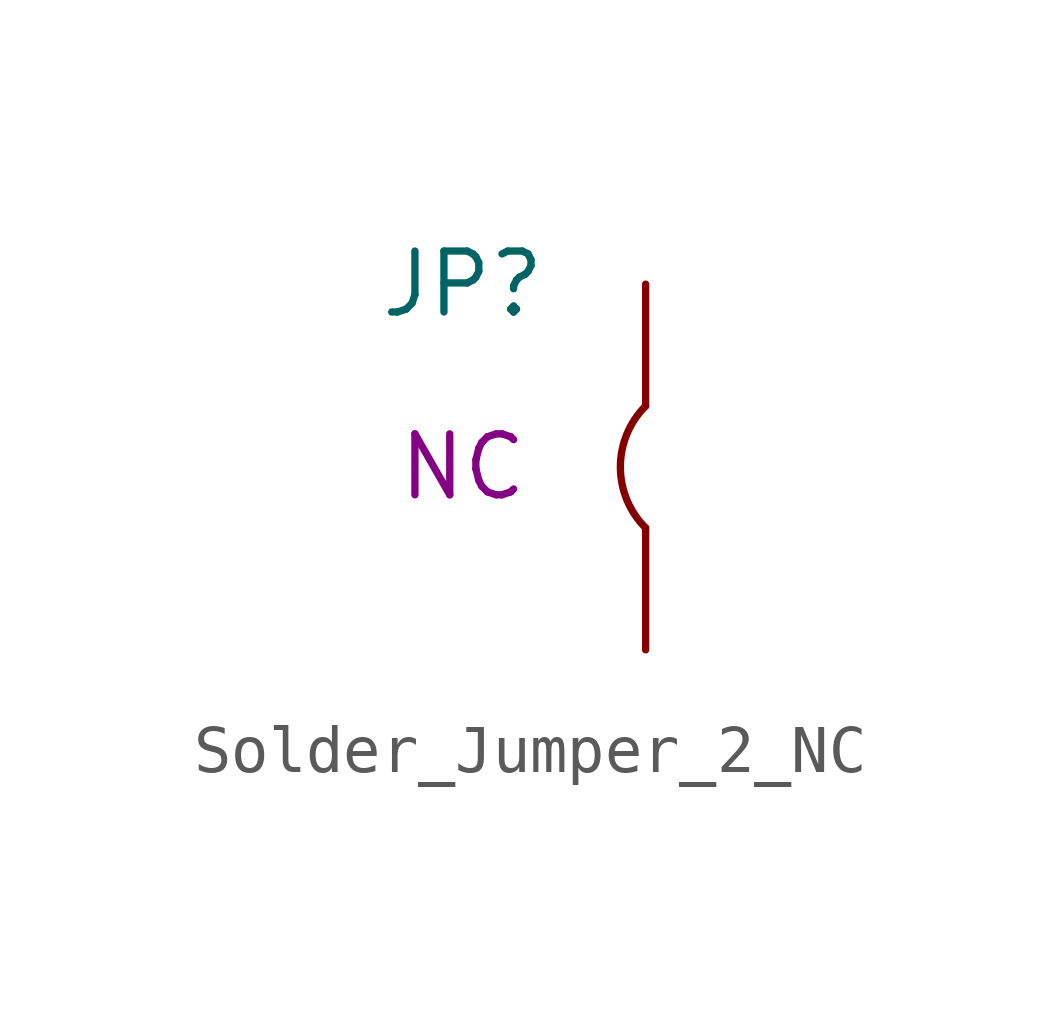
<source format=kicad_sym>
(kicad_symbol_lib
  (version 20231120)
  (generator "kicad_symbol_editor")
  (generator_version "8.0")
  (symbol "Solder_Jumper_2_NC"
    (pin_numbers hide)
    (property "Reference" "JP"
      (at -3.81 3.81 0)
      (effects (font (size 1.27 1.27))))
    (property "Display Value" "NC"
      (at -3.81 0 0)
      (effects (font (size 1.27 1.27))))
    (symbol "Solder_Jumper_2_NC_1_1"
      (arc (start 0 1.27) (mid -0.526 0) (end 0 -1.27) (stroke (width 0) (type default)) (fill (type none)))
      (pin unspecified line (at 0 3.81 270) (length 2.54) (name "" (effects (font (size 1.27 1.27)))) (number "1" (effects (font (size 1.27 1.27)))))
      (pin unspecified line (at 0 -3.81 90) (length 2.54) (name "" (effects (font (size 1.27 1.27)))) (number "2" (effects (font (size 1.27 1.27))))))))
</source>
